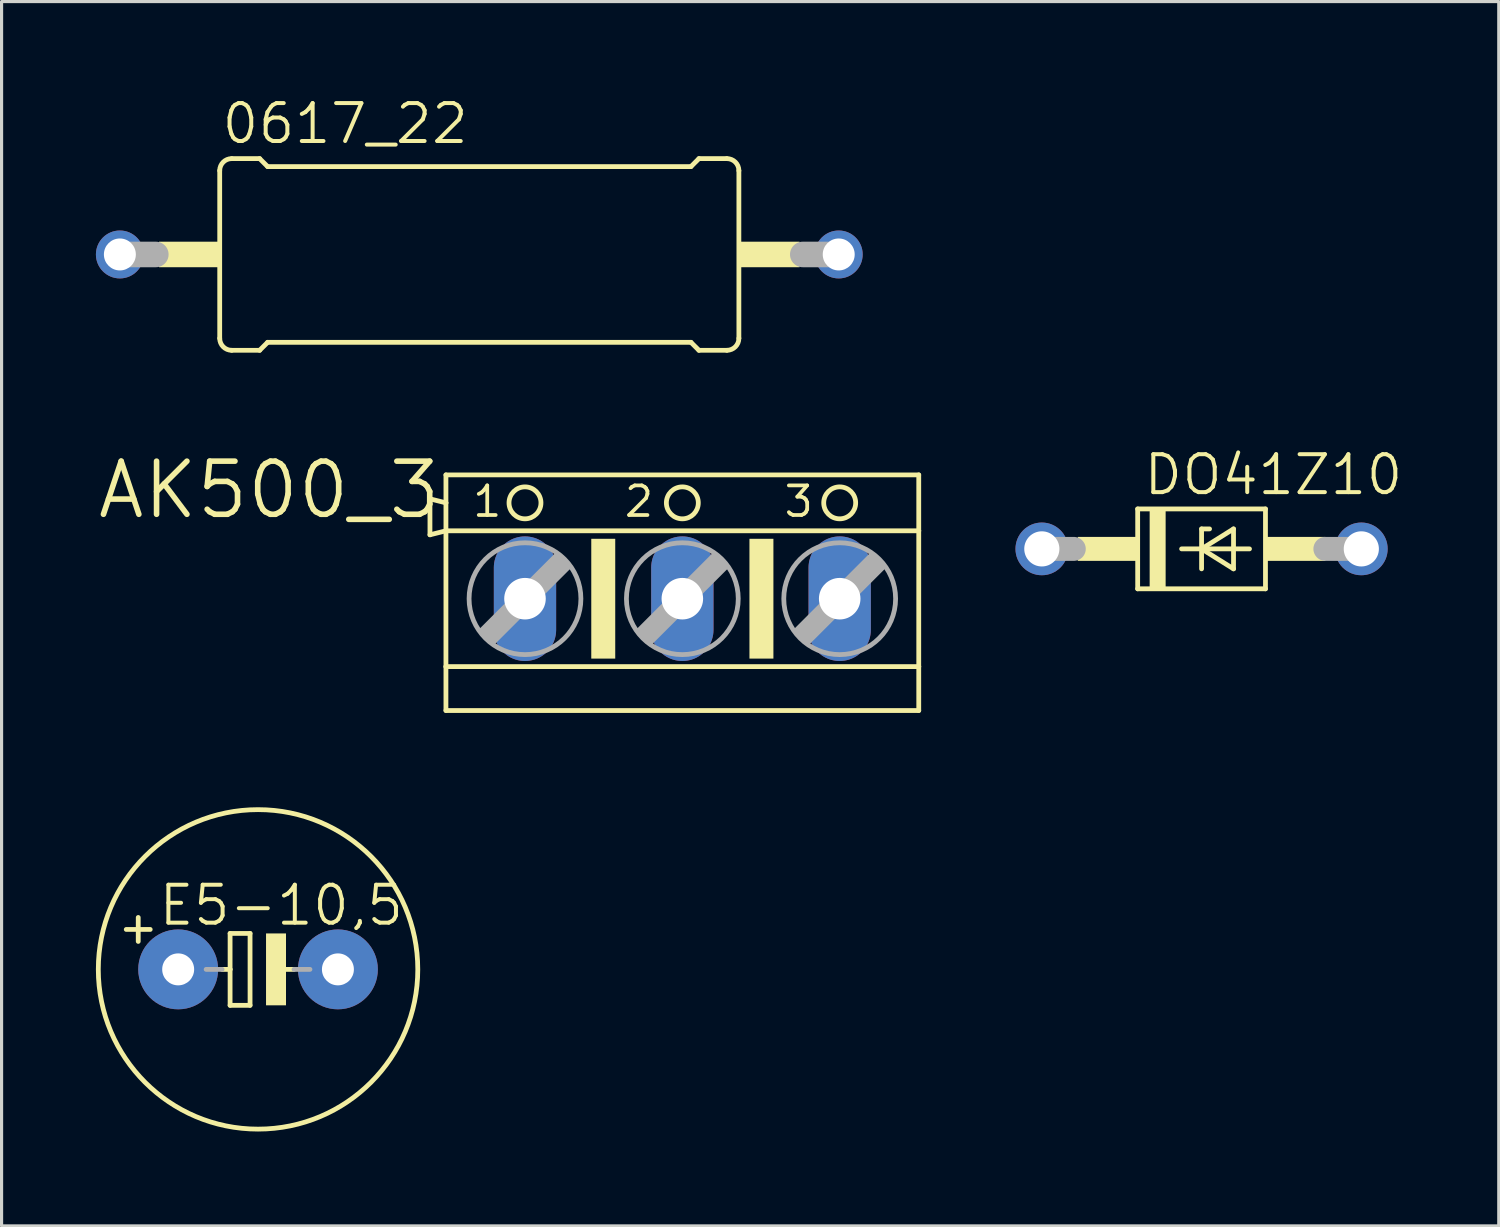
<source format=kicad_pcb>
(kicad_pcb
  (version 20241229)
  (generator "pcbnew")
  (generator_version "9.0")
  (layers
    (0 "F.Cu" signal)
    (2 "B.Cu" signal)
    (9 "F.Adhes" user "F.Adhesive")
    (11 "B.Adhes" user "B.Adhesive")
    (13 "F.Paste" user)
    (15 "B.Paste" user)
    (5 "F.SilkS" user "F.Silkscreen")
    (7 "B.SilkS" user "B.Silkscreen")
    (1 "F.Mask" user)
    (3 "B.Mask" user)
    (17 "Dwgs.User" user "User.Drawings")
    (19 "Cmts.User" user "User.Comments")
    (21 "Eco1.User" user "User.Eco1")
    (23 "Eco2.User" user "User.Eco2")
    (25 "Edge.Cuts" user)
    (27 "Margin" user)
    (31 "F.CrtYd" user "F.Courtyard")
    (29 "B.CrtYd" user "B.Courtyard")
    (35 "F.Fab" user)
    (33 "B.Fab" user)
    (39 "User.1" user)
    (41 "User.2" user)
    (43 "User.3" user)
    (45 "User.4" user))
  (footprint "AK500_3"
    (layer "F.Cu")
    (at 18.649 15.989)
    (property "Reference" "AK500_3" (at -7.595 -4.445 0) (layer "F.SilkS") (effects (font (size 1.689 1.689) (thickness 0.178)) (justify right top)))
    (attr through_hole)
    (fp_line (start -8.026 -3.175) (end -8.026 -2.032) (stroke (width 0.152) (type solid)) (layer "F.SilkS"))
    (fp_line (start -8.026 -2.032) (end -7.518 -2.159) (stroke (width 0.152) (type solid)) (layer "F.SilkS"))
    (fp_line (start -7.518 -3.048) (end -8.026 -3.175) (stroke (width 0.152) (type solid)) (layer "F.SilkS"))
    (fp_line (start -7.518 -3.048) (end -7.518 -3.937) (stroke (width 0.152) (type solid)) (layer "F.SilkS"))
    (fp_line (start -7.518 -2.159) (end -7.518 -3.048) (stroke (width 0.152) (type solid)) (layer "F.SilkS"))
    (fp_line (start -7.518 -2.159) (end 7.518 -2.159) (stroke (width 0.152) (type solid)) (layer "F.SilkS"))
    (fp_line (start -7.518 2.159) (end -7.518 -2.159) (stroke (width 0.152) (type solid)) (layer "F.SilkS"))
    (fp_line (start -7.518 2.159) (end 7.518 2.159) (stroke (width 0.152) (type solid)) (layer "F.SilkS"))
    (fp_line (start -7.518 3.556) (end -7.518 2.159) (stroke (width 0.152) (type solid)) (layer "F.SilkS"))
    (fp_line (start -7.518 3.556) (end 7.518 3.556) (stroke (width 0.152) (type solid)) (layer "F.SilkS"))
    (fp_line (start 7.518 -3.937) (end -7.518 -3.937) (stroke (width 0.152) (type solid)) (layer "F.SilkS"))
    (fp_line (start 7.518 -3.937) (end 7.518 -2.159) (stroke (width 0.152) (type solid)) (layer "F.SilkS"))
    (fp_line (start 7.518 -2.159) (end 7.518 2.159) (stroke (width 0.152) (type solid)) (layer "F.SilkS"))
    (fp_line (start 7.518 2.159) (end 7.518 3.556) (stroke (width 0.152) (type solid)) (layer "F.SilkS"))
    (fp_circle (center -5.004 -3.048) (end -4.496 -3.048) (stroke (width 0.152) (type solid)) (fill no) (layer "F.SilkS"))
    (fp_circle (center 0 -3.048) (end 0.508 -3.048) (stroke (width 0.152) (type solid)) (fill no) (layer "F.SilkS"))
    (fp_circle (center 5.004 -3.048) (end 5.512 -3.048) (stroke (width 0.152) (type solid)) (fill no) (layer "F.SilkS"))
    (fp_poly (pts (xy -2.896 1.905) (xy -2.134 1.905) (xy -2.134 -1.905) (xy -2.896 -1.905)) (stroke (width 0) (type solid)) (fill yes) (layer "F.SilkS"))
    (fp_poly (pts (xy 2.134 1.905) (xy 2.896 1.905) (xy 2.896 -1.905) (xy 2.134 -1.905)) (stroke (width 0) (type solid)) (fill yes) (layer "F.SilkS"))
    (fp_line (start -6.401 1.016) (end -6.02 1.397) (stroke (width 0.152) (type solid)) (layer "F.Fab"))
    (fp_line (start -6.401 1.016) (end -3.988 -1.397) (stroke (width 0.152) (type solid)) (layer "F.Fab"))
    (fp_line (start -6.02 1.016) (end -3.988 -1.016) (stroke (width 0.61) (type solid)) (layer "F.Fab"))
    (fp_line (start -6.02 1.397) (end -3.607 -1.016) (stroke (width 0.152) (type solid)) (layer "F.Fab"))
    (fp_line (start -3.988 -1.397) (end -3.607 -1.016) (stroke (width 0.152) (type solid)) (layer "F.Fab"))
    (fp_line (start -1.397 1.016) (end -1.016 1.397) (stroke (width 0.152) (type solid)) (layer "F.Fab"))
    (fp_line (start -1.397 1.016) (end 1.016 -1.397) (stroke (width 0.152) (type solid)) (layer "F.Fab"))
    (fp_line (start -1.016 1.016) (end 1.016 -1.016) (stroke (width 0.61) (type solid)) (layer "F.Fab"))
    (fp_line (start -1.016 1.397) (end 1.397 -1.016) (stroke (width 0.152) (type solid)) (layer "F.Fab"))
    (fp_line (start 1.016 -1.397) (end 1.397 -1.016) (stroke (width 0.152) (type solid)) (layer "F.Fab"))
    (fp_line (start 3.607 1.016) (end 3.988 1.397) (stroke (width 0.152) (type solid)) (layer "F.Fab"))
    (fp_line (start 3.607 1.016) (end 6.02 -1.397) (stroke (width 0.152) (type solid)) (layer "F.Fab"))
    (fp_line (start 3.988 1.016) (end 6.02 -1.016) (stroke (width 0.61) (type solid)) (layer "F.Fab"))
    (fp_line (start 3.988 1.397) (end 6.401 -1.016) (stroke (width 0.152) (type solid)) (layer "F.Fab"))
    (fp_line (start 6.02 -1.397) (end 6.401 -1.016) (stroke (width 0.152) (type solid)) (layer "F.Fab"))
    (fp_circle (center -5.004 0) (end -3.226 0) (stroke (width 0.152) (type solid)) (fill no) (layer "F.Fab"))
    (fp_circle (center 0 0) (end 1.778 0) (stroke (width 0.152) (type solid)) (fill no) (layer "F.Fab"))
    (fp_circle (center 5.004 0) (end 6.782 0) (stroke (width 0.152) (type solid)) (fill no) (layer "F.Fab"))
    (fp_text user "1" (at -6.731 -2.54 0) (layer "F.SilkS") (effects (font (size 0.941 0.941) (thickness 0.119)) (justify left bottom)))
    (fp_text user "2" (at -1.905 -2.54 0) (layer "F.SilkS") (effects (font (size 0.941 0.941) (thickness 0.119)) (justify left bottom)))
    (fp_text user "3" (at 3.175 -2.54 0) (layer "F.SilkS") (effects (font (size 0.941 0.941) (thickness 0.119)) (justify left bottom)))
    (pad "1" thru_hole oval (at -5.004 0 90) (size 3.962 1.981) (drill 1.321) (layers "*.Cu" "*.Mask"))
    (pad "2" thru_hole oval (at 0 0 90) (size 3.962 1.981) (drill 1.321) (layers "*.Cu" "*.Mask"))
    (pad "3" thru_hole oval (at 5.004 0 90) (size 3.962 1.981) (drill 1.321) (layers "*.Cu" "*.Mask")))
  (footprint "E5-10,5"
    (layer "F.Cu")
    (at 5.156 27.777)
    (property "Reference" "E5-10,5" (at 4.699 -2.743 0) (layer "F.SilkS") (effects (font (size 1.206 1.206) (thickness 0.127)) (justify right top)))
    (attr through_hole)
    (fp_line (start -3.81 -1.651) (end -3.81 -0.889) (stroke (width 0.152) (type solid)) (layer "F.SilkS"))
    (fp_line (start -3.429 -1.27) (end -4.191 -1.27) (stroke (width 0.152) (type solid)) (layer "F.SilkS"))
    (fp_line (start -1.143 0) (end -0.889 0) (stroke (width 0.152) (type solid)) (layer "F.SilkS"))
    (fp_line (start -0.889 -1.143) (end -0.889 0) (stroke (width 0.152) (type solid)) (layer "F.SilkS"))
    (fp_line (start -0.889 0) (end -0.889 1.143) (stroke (width 0.152) (type solid)) (layer "F.SilkS"))
    (fp_line (start -0.889 1.143) (end -0.254 1.143) (stroke (width 0.152) (type solid)) (layer "F.SilkS"))
    (fp_line (start -0.254 -1.143) (end -0.889 -1.143) (stroke (width 0.152) (type solid)) (layer "F.SilkS"))
    (fp_line (start -0.254 1.143) (end -0.254 -1.143) (stroke (width 0.152) (type solid)) (layer "F.SilkS"))
    (fp_line (start 0.635 0) (end 1.143 0) (stroke (width 0.152) (type solid)) (layer "F.SilkS"))
    (fp_circle (center 0 0) (end 5.08 0) (stroke (width 0.152) (type solid)) (fill no) (layer "F.SilkS"))
    (fp_poly (pts (xy 0.254 1.143) (xy 0.889 1.143) (xy 0.889 -1.143) (xy 0.254 -1.143)) (stroke (width 0) (type solid)) (fill yes) (layer "F.SilkS"))
    (fp_line (start -1.651 0) (end -1.143 0) (stroke (width 0.152) (type solid)) (layer "F.Fab"))
    (fp_line (start 1.143 0) (end 1.651 0) (stroke (width 0.152) (type solid)) (layer "F.Fab"))
    (pad "+" thru_hole circle (at -2.54 0) (size 2.54 2.54) (drill 1.016) (layers "*.Cu" "*.Mask"))
    (pad "-" thru_hole circle (at 2.54 0) (size 2.54 2.54) (drill 1.016) (layers "*.Cu" "*.Mask")))
  (footprint "0617_22"
    (layer "F.Cu")
    (at 12.192 5.042)
    (property "Reference" "0617_22" (at -8.255 -3.454 0) (layer "F.SilkS") (effects (font (size 1.206 1.206) (thickness 0.127)) (justify left bottom)))
    (attr through_hole)
    (fp_line (start -8.255 2.667) (end -8.255 -2.667) (stroke (width 0.152) (type solid)) (layer "F.SilkS"))
    (fp_line (start -7.874 -3.048) (end -6.985 -3.048) (stroke (width 0.152) (type solid)) (layer "F.SilkS"))
    (fp_line (start -7.874 3.048) (end -6.985 3.048) (stroke (width 0.152) (type solid)) (layer "F.SilkS"))
    (fp_line (start -6.731 -2.794) (end -6.985 -3.048) (stroke (width 0.152) (type solid)) (layer "F.SilkS"))
    (fp_line (start -6.731 2.794) (end -6.985 3.048) (stroke (width 0.152) (type solid)) (layer "F.SilkS"))
    (fp_line (start 6.731 -2.794) (end -6.731 -2.794) (stroke (width 0.152) (type solid)) (layer "F.SilkS"))
    (fp_line (start 6.731 -2.794) (end 6.985 -3.048) (stroke (width 0.152) (type solid)) (layer "F.SilkS"))
    (fp_line (start 6.731 2.794) (end -6.731 2.794) (stroke (width 0.152) (type solid)) (layer "F.SilkS"))
    (fp_line (start 6.731 2.794) (end 6.985 3.048) (stroke (width 0.152) (type solid)) (layer "F.SilkS"))
    (fp_line (start 7.874 -3.048) (end 6.985 -3.048) (stroke (width 0.152) (type solid)) (layer "F.SilkS"))
    (fp_line (start 7.874 3.048) (end 6.985 3.048) (stroke (width 0.152) (type solid)) (layer "F.SilkS"))
    (fp_line (start 8.255 2.667) (end 8.255 -2.667) (stroke (width 0.152) (type solid)) (layer "F.SilkS"))
    (fp_arc (start -8.255 -2.667) (mid -8.143408 -2.936408) (end -7.874 -3.048) (stroke (width 0.1524) (type solid)) (layer "F.SilkS"))
    (fp_arc (start -7.874 3.048) (mid -8.143408 2.936408) (end -8.255 2.667) (stroke (width 0.1524) (type solid)) (layer "F.SilkS"))
    (fp_arc (start 7.874 -3.048) (mid 8.143408 -2.936408) (end 8.255 -2.667) (stroke (width 0.1524) (type solid)) (layer "F.SilkS"))
    (fp_arc (start 8.255 2.667) (mid 8.143408 2.936408) (end 7.874 3.048) (stroke (width 0.1524) (type solid)) (layer "F.SilkS"))
    (fp_poly (pts (xy -10.185 0.406) (xy -8.255 0.406) (xy -8.255 -0.406) (xy -10.185 -0.406)) (stroke (width 0) (type solid)) (fill yes) (layer "F.SilkS"))
    (fp_poly (pts (xy 8.255 0.406) (xy 10.185 0.406) (xy 10.185 -0.406) (xy 8.255 -0.406)) (stroke (width 0) (type solid)) (fill yes) (layer "F.SilkS"))
    (fp_line (start -10.287 0) (end -11.43 0) (stroke (width 0.813) (type solid)) (layer "F.Fab"))
    (fp_line (start 11.43 0) (end 10.287 0) (stroke (width 0.813) (type solid)) (layer "F.Fab"))
    (pad "1" thru_hole circle (at -11.43 0) (size 1.524 1.524) (drill 1.016) (layers "*.Cu" "*.Mask"))
    (pad "2" thru_hole circle (at 11.43 0) (size 1.524 1.524) (drill 1.016) (layers "*.Cu" "*.Mask")))
  (footprint "DO41Z10"
    (layer "F.Cu")
    (at 35.161 14.405)
    (property "Reference" "DO41Z10" (at -1.905 -1.651 0) (layer "F.SilkS") (effects (font (size 1.206 1.206) (thickness 0.127)) (justify left bottom)))
    (attr through_hole)
    (fp_line (start -2.032 -1.27) (end -2.032 1.27) (stroke (width 0.152) (type solid)) (layer "F.SilkS"))
    (fp_line (start -2.032 -1.27) (end 2.032 -1.27) (stroke (width 0.152) (type solid)) (layer "F.SilkS"))
    (fp_line (start -0.635 0) (end 0 0) (stroke (width 0.152) (type solid)) (layer "F.SilkS"))
    (fp_line (start 0 -0.635) (end 0 0) (stroke (width 0.152) (type solid)) (layer "F.SilkS"))
    (fp_line (start 0 0) (end 0 0.635) (stroke (width 0.152) (type solid)) (layer "F.SilkS"))
    (fp_line (start 0 0) (end 1.016 -0.635) (stroke (width 0.152) (type solid)) (layer "F.SilkS"))
    (fp_line (start 0 0) (end 1.524 0) (stroke (width 0.152) (type solid)) (layer "F.SilkS"))
    (fp_line (start 0.254 -0.635) (end 0 -0.635) (stroke (width 0.152) (type solid)) (layer "F.SilkS"))
    (fp_line (start 1.016 -0.635) (end 1.016 0.635) (stroke (width 0.152) (type solid)) (layer "F.SilkS"))
    (fp_line (start 1.016 0.635) (end 0 0) (stroke (width 0.152) (type solid)) (layer "F.SilkS"))
    (fp_line (start 2.032 1.27) (end -2.032 1.27) (stroke (width 0.152) (type solid)) (layer "F.SilkS"))
    (fp_line (start 2.032 1.27) (end 2.032 -1.27) (stroke (width 0.152) (type solid)) (layer "F.SilkS"))
    (fp_poly (pts (xy -3.937 0.381) (xy -2.032 0.381) (xy -2.032 -0.381) (xy -3.937 -0.381)) (stroke (width 0) (type solid)) (fill yes) (layer "F.SilkS"))
    (fp_poly (pts (xy -1.651 1.27) (xy -1.143 1.27) (xy -1.143 -1.27) (xy -1.651 -1.27)) (stroke (width 0) (type solid)) (fill yes) (layer "F.SilkS"))
    (fp_poly (pts (xy 2.032 0.381) (xy 3.937 0.381) (xy 3.937 -0.381) (xy 2.032 -0.381)) (stroke (width 0) (type solid)) (fill yes) (layer "F.SilkS"))
    (fp_line (start -5.08 0) (end -4.064 0) (stroke (width 0.762) (type solid)) (layer "F.Fab"))
    (fp_line (start 5.08 0) (end 3.937 0) (stroke (width 0.762) (type solid)) (layer "F.Fab"))
    (pad "A" thru_hole circle (at 5.08 0) (size 1.676 1.676) (drill 1.118) (layers "*.Cu" "*.Mask"))
    (pad "C" thru_hole circle (at -5.08 0) (size 1.676 1.676) (drill 1.118) (layers "*.Cu" "*.Mask")))
  (gr_rect
    (start -3 -3)
    (end 44.612 35.934)
    (stroke (width 0.1) (type default))
    (fill no)
    (layer "Edge.Cuts")))
</source>
